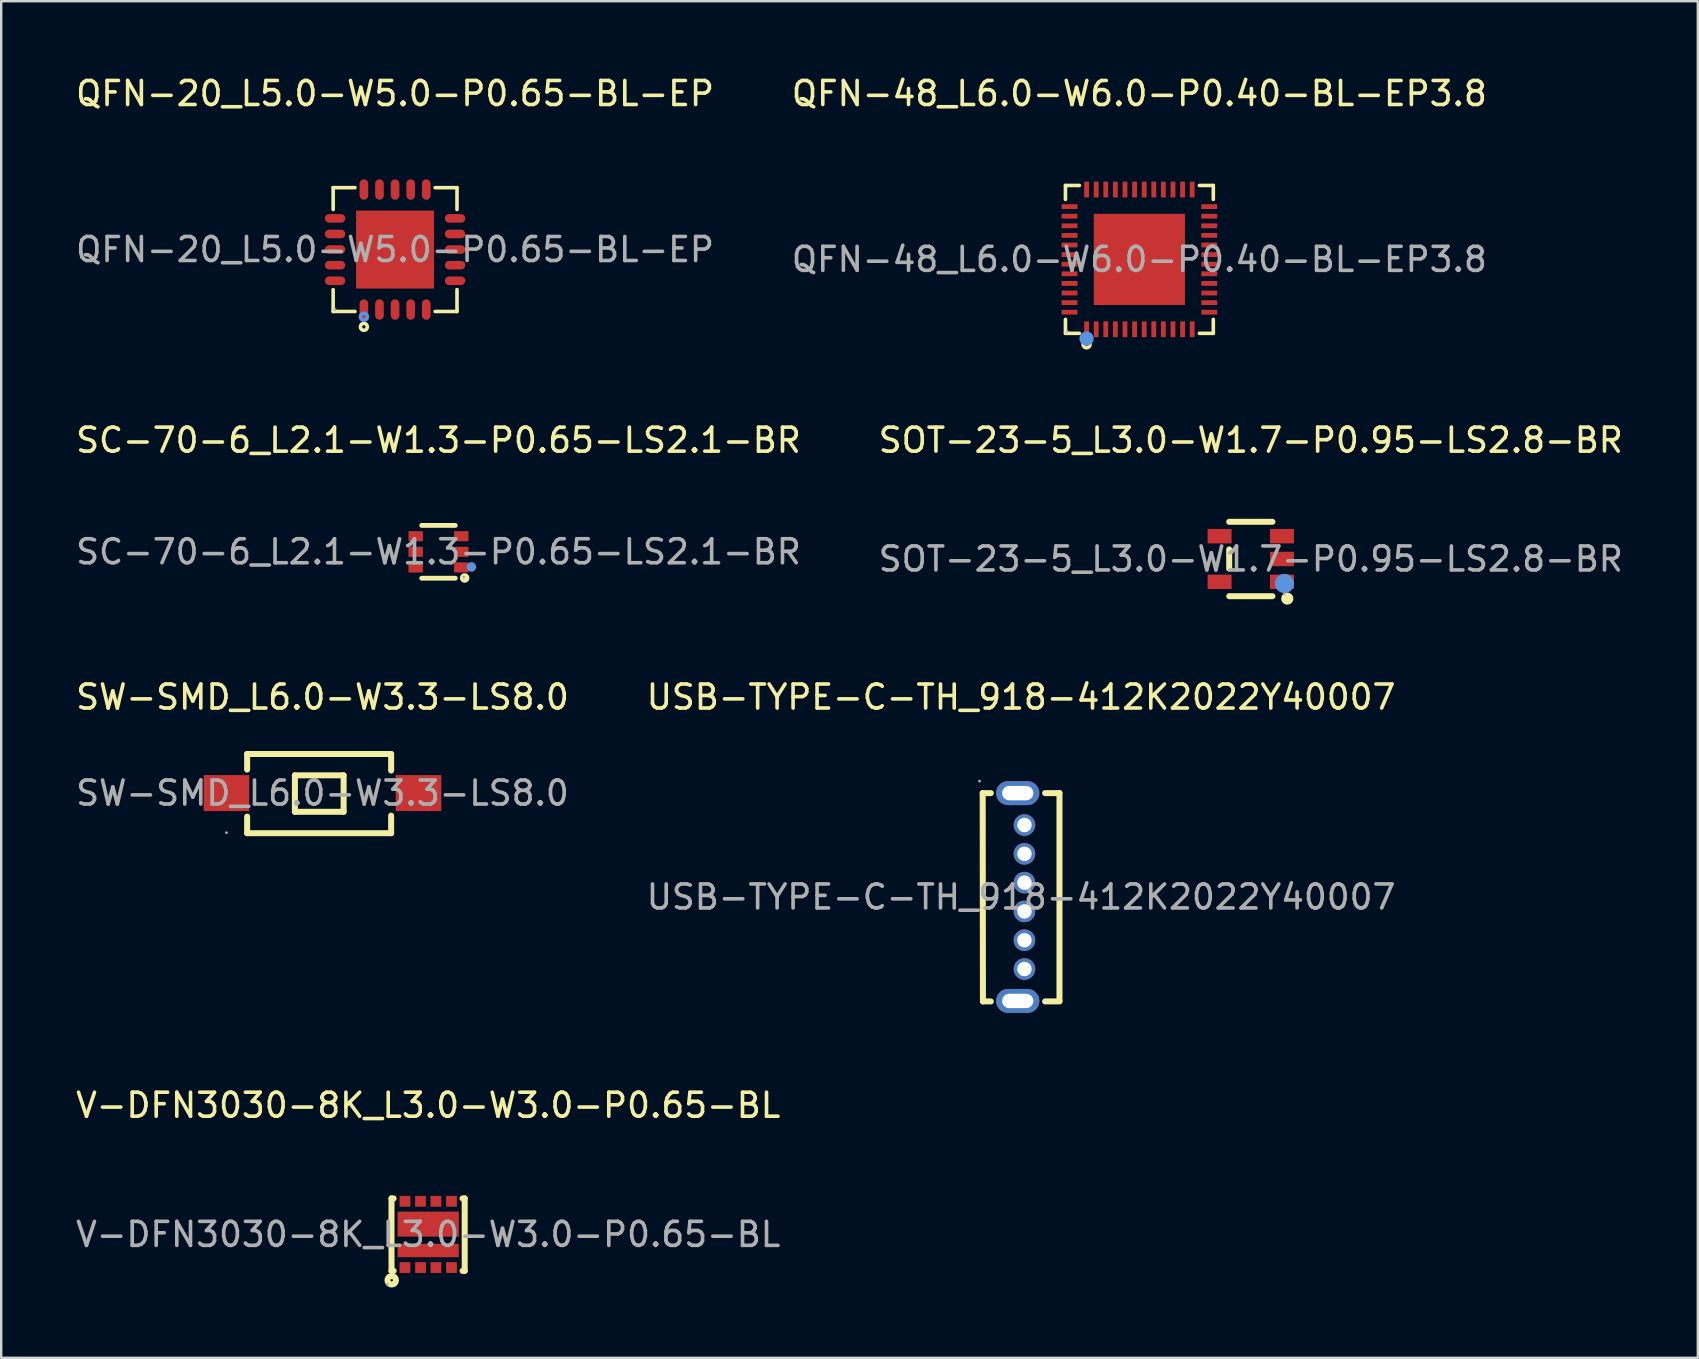
<source format=kicad_pcb>
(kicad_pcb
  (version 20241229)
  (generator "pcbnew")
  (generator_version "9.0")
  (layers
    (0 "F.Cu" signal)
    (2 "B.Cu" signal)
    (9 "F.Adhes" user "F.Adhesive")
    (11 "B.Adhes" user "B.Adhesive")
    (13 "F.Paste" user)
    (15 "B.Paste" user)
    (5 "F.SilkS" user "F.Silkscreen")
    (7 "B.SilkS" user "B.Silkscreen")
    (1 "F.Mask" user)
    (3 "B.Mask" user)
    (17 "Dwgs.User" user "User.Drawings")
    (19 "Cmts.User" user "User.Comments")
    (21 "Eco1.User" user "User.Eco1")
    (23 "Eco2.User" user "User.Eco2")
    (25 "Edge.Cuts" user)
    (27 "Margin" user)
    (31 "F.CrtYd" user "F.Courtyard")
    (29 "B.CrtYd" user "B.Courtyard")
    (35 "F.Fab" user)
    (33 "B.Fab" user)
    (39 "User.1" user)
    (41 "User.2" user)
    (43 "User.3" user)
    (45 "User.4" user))
  (footprint "V-DFN3030-8K_L3.0-W3.0-P0.65-BL"
    (layer "F.Cu")
    (at 14.792 48.383)
    (property "Reference" "V-DFN3030-8K_L3.0-W3.0-P0.65-BL" (at 0 -5.38 0) (layer "F.SilkS") (effects (font (size 1 1) (thickness 0.15))))
    (attr smd)
    (fp_line (start -1.53 -1.5) (end -1.53 1.52) (stroke (width 0.25) (type solid)) (layer "F.SilkS"))
    (fp_line (start -1.53 1.52) (end -1.44 1.52) (stroke (width 0.25) (type solid)) (layer "F.SilkS"))
    (fp_line (start -1.44 -1.5) (end -1.53 -1.5) (stroke (width 0.25) (type solid)) (layer "F.SilkS"))
    (fp_line (start 1.43 1.52) (end 1.52 1.52) (stroke (width 0.25) (type solid)) (layer "F.SilkS"))
    (fp_line (start 1.52 -1.5) (end 1.43 -1.5) (stroke (width 0.25) (type solid)) (layer "F.SilkS"))
    (fp_line (start 1.52 -1.5) (end 1.52 1.5) (stroke (width 0.15) (type solid)) (layer "F.SilkS"))
    (fp_line (start 1.52 1.52) (end 1.52 -1.5) (stroke (width 0.25) (type solid)) (layer "F.SilkS"))
    (fp_circle (center -1.52 1.91) (end -1.47 1.91) (stroke (width 0.25) (type solid)) (fill no) (layer "F.SilkS"))
    (fp_circle (center -1.7 2.08) (end -1.67 2.08) (stroke (width 0.06) (type solid)) (fill no) (layer "F.Fab"))
    (fp_text user "${REFERENCE}" (at 0 0 0) (layer "F.Fab") (effects (font (size 1 1) (thickness 0.15))))
    (pad "1" smd rect (at -0.97 1.38 90) (size 0.45 0.45) (layers "F.Cu" "F.Mask" "F.Paste"))
    (pad "2" smd rect (at -0.32 1.38 90) (size 0.45 0.45) (layers "F.Cu" "F.Mask" "F.Paste"))
    (pad "3" smd rect (at 0.32 1.38 90) (size 0.45 0.45) (layers "F.Cu" "F.Mask" "F.Paste"))
    (pad "4" smd rect (at 0.97 1.38 90) (size 0.45 0.45) (layers "F.Cu" "F.Mask" "F.Paste"))
    (pad "5" smd rect (at 0.97 -1.38 90) (size 0.45 0.45) (layers "F.Cu" "F.Mask" "F.Paste"))
    (pad "6" smd rect (at 0.32 -1.38 90) (size 0.45 0.45) (layers "F.Cu" "F.Mask" "F.Paste"))
    (pad "7" smd rect (at -0.32 -1.38 90) (size 0.45 0.45) (layers "F.Cu" "F.Mask" "F.Paste"))
    (pad "8" smd rect (at -0.97 -1.38 90) (size 0.45 0.45) (layers "F.Cu" "F.Mask" "F.Paste"))
    (pad "9" smd rect (at 0 -0.43 180) (size 2.55 1.04) (layers "F.Cu" "F.Mask" "F.Paste"))
    (pad "10" smd rect (at 0 0.67 180) (size 2.55 0.56) (layers "F.Cu" "F.Mask" "F.Paste")))
  (footprint "QFN-20_L5.0-W5.0-P0.65-BL-EP"
    (layer "F.Cu")
    (at 13.411 7.348)
    (property "Reference" "QFN-20_L5.0-W5.0-P0.65-BL-EP" (at 0 -6.5 0) (layer "F.SilkS") (effects (font (size 1 1) (thickness 0.15))))
    (attr smd)
    (fp_line (start -2.58 -2.58) (end -1.67 -2.58) (stroke (width 0.15) (type solid)) (layer "F.SilkS"))
    (fp_line (start -2.58 -1.67) (end -2.58 -2.58) (stroke (width 0.15) (type solid)) (layer "F.SilkS"))
    (fp_line (start -2.58 1.67) (end -2.58 2.58) (stroke (width 0.15) (type solid)) (layer "F.SilkS"))
    (fp_line (start -2.58 2.58) (end -1.67 2.58) (stroke (width 0.15) (type solid)) (layer "F.SilkS"))
    (fp_line (start 2.58 -2.58) (end 1.67 -2.58) (stroke (width 0.15) (type solid)) (layer "F.SilkS"))
    (fp_line (start 2.58 -1.67) (end 2.58 -2.58) (stroke (width 0.15) (type solid)) (layer "F.SilkS"))
    (fp_line (start 2.58 1.67) (end 2.58 2.58) (stroke (width 0.15) (type solid)) (layer "F.SilkS"))
    (fp_line (start 2.58 2.58) (end 1.67 2.58) (stroke (width 0.15) (type solid)) (layer "F.SilkS"))
    (fp_circle (center -1.3 3.22) (end -1.23 3.22) (stroke (width 0.15) (type solid)) (fill no) (layer "F.SilkS"))
    (fp_circle (center -1.3 2.8) (end -1.23 2.8) (stroke (width 0.15) (type solid)) (fill no) (layer "Cmts.User"))
    (fp_circle (center -2.5 2.5) (end -2.47 2.5) (stroke (width 0.06) (type solid)) (fill no) (layer "F.Fab"))
    (fp_text user "${REFERENCE}" (at 0 0 0) (layer "F.Fab") (effects (font (size 1 1) (thickness 0.15))))
    (pad "1" smd oval (at -1.3 2.5) (size 0.36 0.85) (layers "F.Cu" "F.Mask" "F.Paste"))
    (pad "2" smd oval (at -0.65 2.5) (size 0.36 0.85) (layers "F.Cu" "F.Mask" "F.Paste"))
    (pad "3" smd oval (at 0 2.5) (size 0.36 0.85) (layers "F.Cu" "F.Mask" "F.Paste"))
    (pad "4" smd oval (at 0.65 2.5) (size 0.36 0.85) (layers "F.Cu" "F.Mask" "F.Paste"))
    (pad "5" smd oval (at 1.3 2.5) (size 0.36 0.85) (layers "F.Cu" "F.Mask" "F.Paste"))
    (pad "6" smd oval (at 2.5 1.3) (size 0.85 0.36) (layers "F.Cu" "F.Mask" "F.Paste"))
    (pad "7" smd oval (at 2.5 0.65) (size 0.85 0.36) (layers "F.Cu" "F.Mask" "F.Paste"))
    (pad "8" smd oval (at 2.5 0) (size 0.85 0.36) (layers "F.Cu" "F.Mask" "F.Paste"))
    (pad "9" smd oval (at 2.5 -0.65) (size 0.85 0.36) (layers "F.Cu" "F.Mask" "F.Paste"))
    (pad "10" smd oval (at 2.5 -1.3) (size 0.85 0.36) (layers "F.Cu" "F.Mask" "F.Paste"))
    (pad "11" smd oval (at 1.3 -2.5) (size 0.36 0.85) (layers "F.Cu" "F.Mask" "F.Paste"))
    (pad "12" smd oval (at 0.65 -2.5) (size 0.36 0.85) (layers "F.Cu" "F.Mask" "F.Paste"))
    (pad "13" smd oval (at 0 -2.5) (size 0.36 0.85) (layers "F.Cu" "F.Mask" "F.Paste"))
    (pad "14" smd oval (at -0.65 -2.5) (size 0.36 0.85) (layers "F.Cu" "F.Mask" "F.Paste"))
    (pad "15" smd oval (at -1.3 -2.5) (size 0.36 0.85) (layers "F.Cu" "F.Mask" "F.Paste"))
    (pad "16" smd oval (at -2.5 -1.3) (size 0.85 0.36) (layers "F.Cu" "F.Mask" "F.Paste"))
    (pad "17" smd oval (at -2.5 -0.65) (size 0.85 0.36) (layers "F.Cu" "F.Mask" "F.Paste"))
    (pad "18" smd oval (at -2.5 0) (size 0.85 0.36) (layers "F.Cu" "F.Mask" "F.Paste"))
    (pad "19" smd oval (at -2.5 0.65) (size 0.85 0.36) (layers "F.Cu" "F.Mask" "F.Paste"))
    (pad "20" smd oval (at -2.5 1.3) (size 0.85 0.36) (layers "F.Cu" "F.Mask" "F.Paste"))
    (pad "21" smd rect (at 0 0) (size 3.25 3.25) (layers "F.Cu" "F.Mask" "F.Paste")))
  (footprint "SOT-23-5_L3.0-W1.7-P0.95-LS2.8-BR"
    (layer "F.Cu")
    (at 49.065 20.241)
    (property "Reference" "SOT-23-5_L3.0-W1.7-P0.95-LS2.8-BR" (at 0 -4.95 0) (layer "F.SilkS") (effects (font (size 1 1) (thickness 0.15))))
    (attr smd)
    (fp_line (start -0.9 -1.55) (end 0.9 -1.55) (stroke (width 0.25) (type solid)) (layer "F.SilkS"))
    (fp_line (start -0.9 0.4) (end -0.9 -0.4) (stroke (width 0.25) (type solid)) (layer "F.SilkS"))
    (fp_line (start -0.9 1.55) (end 0.9 1.55) (stroke (width 0.25) (type solid)) (layer "F.SilkS"))
    (fp_circle (center 1.52 1.65) (end 1.65 1.65) (stroke (width 0.25) (type solid)) (fill no) (layer "F.SilkS"))
    (fp_circle (center 1.4 1.02) (end 1.6 1.02) (stroke (width 0.4) (type solid)) (fill no) (layer "Cmts.User"))
    (fp_circle (center 1.4 1.45) (end 1.43 1.45) (stroke (width 0.06) (type solid)) (fill no) (layer "F.Fab"))
    (fp_text user "${REFERENCE}" (at 0 0 0) (layer "F.Fab") (effects (font (size 1 1) (thickness 0.15))))
    (pad "1" smd rect (at 1.3 0.95) (size 1 0.6) (layers "F.Cu" "F.Mask" "F.Paste"))
    (pad "2" smd rect (at 1.3 0) (size 1 0.6) (layers "F.Cu" "F.Mask" "F.Paste"))
    (pad "3" smd rect (at 1.3 -0.95) (size 1 0.6) (layers "F.Cu" "F.Mask" "F.Paste"))
    (pad "4" smd rect (at -1.3 -0.95) (size 1 0.6) (layers "F.Cu" "F.Mask" "F.Paste"))
    (pad "5" smd rect (at -1.3 0.95) (size 1 0.6) (layers "F.Cu" "F.Mask" "F.Paste")))
  (footprint "SC-70-6_L2.1-W1.3-P0.65-LS2.1-BR"
    (layer "F.Cu")
    (at 15.22 19.942)
    (property "Reference" "SC-70-6_L2.1-W1.3-P0.65-LS2.1-BR" (at 0 -4.65 0) (layer "F.SilkS") (effects (font (size 1 1) (thickness 0.15))))
    (attr smd)
    (fp_line (start -0.7 -1.1) (end 0.7 -1.1) (stroke (width 0.2) (type solid)) (layer "F.SilkS"))
    (fp_line (start -0.7 1.1) (end 0.7 1.1) (stroke (width 0.2) (type solid)) (layer "F.SilkS"))
    (fp_arc (start 1.09 1.09) (mid 1.09 1.09) (end 1.09 1.09) (stroke (width 0.2) (type solid)) (layer "F.SilkS"))
    (fp_circle (center 1.37 0.63) (end 1.47 0.63) (stroke (width 0.2) (type solid)) (fill no) (layer "Cmts.User"))
    (fp_circle (center 1.05 1.05) (end 1.08 1.05) (stroke (width 0.06) (type solid)) (fill no) (layer "F.Fab"))
    (fp_text user "${REFERENCE}" (at 0 0 0) (layer "F.Fab") (effects (font (size 1 1) (thickness 0.15))))
    (pad "1" smd rect (at 0.95 0.65 90) (size 0.42 0.6) (layers "F.Cu" "F.Mask" "F.Paste"))
    (pad "2" smd rect (at 0.95 0 90) (size 0.42 0.6) (layers "F.Cu" "F.Mask" "F.Paste"))
    (pad "3" smd rect (at 0.95 -0.65 90) (size 0.42 0.6) (layers "F.Cu" "F.Mask" "F.Paste"))
    (pad "4" smd rect (at -0.95 -0.65 270) (size 0.42 0.6) (layers "F.Cu" "F.Mask" "F.Paste"))
    (pad "5" smd rect (at -0.95 0 270) (size 0.42 0.6) (layers "F.Cu" "F.Mask" "F.Paste"))
    (pad "6" smd rect (at -0.95 0.65 270) (size 0.42 0.6) (layers "F.Cu" "F.Mask" "F.Paste")))
  (footprint "SW-SMD_L6.0-W3.3-LS8.0"
    (layer "F.Cu")
    (at 10.387 29.995)
    (property "Reference" "SW-SMD_L6.0-W3.3-LS8.0" (at 0 -4 0) (layer "F.SilkS") (effects (font (size 1 1) (thickness 0.15))))
    (attr smd)
    (fp_line (start -3.14 -1.63) (end -3.14 -0.98) (stroke (width 0.25) (type solid)) (layer "F.SilkS"))
    (fp_line (start -3.14 -1.63) (end 2.86 -1.63) (stroke (width 0.25) (type solid)) (layer "F.SilkS"))
    (fp_line (start -3.14 0.98) (end -3.14 1.67) (stroke (width 0.25) (type solid)) (layer "F.SilkS"))
    (fp_line (start -1.15 -0.74) (end 0.88 -0.74) (stroke (width 0.25) (type solid)) (layer "F.SilkS"))
    (fp_line (start -1.15 0.78) (end -1.15 -0.74) (stroke (width 0.25) (type solid)) (layer "F.SilkS"))
    (fp_line (start 0.88 -0.74) (end 0.88 0.78) (stroke (width 0.25) (type solid)) (layer "F.SilkS"))
    (fp_line (start 0.88 0.78) (end -1.15 0.78) (stroke (width 0.25) (type solid)) (layer "F.SilkS"))
    (fp_line (start 2.86 -0.94) (end 2.86 -1.63) (stroke (width 0.25) (type solid)) (layer "F.SilkS"))
    (fp_line (start 2.86 1.67) (end -3.14 1.67) (stroke (width 0.25) (type solid)) (layer "F.SilkS"))
    (fp_line (start 2.86 1.67) (end 2.86 0.94) (stroke (width 0.25) (type solid)) (layer "F.SilkS"))
    (fp_circle (center -4 1.65) (end -3.97 1.65) (stroke (width 0.06) (type solid)) (fill no) (layer "F.Fab"))
    (fp_text user "${REFERENCE}" (at 0 0 0) (layer "F.Fab") (effects (font (size 1 1) (thickness 0.15))))
    (pad "1" smd rect (at -4 0) (size 1.9 1.5) (layers "F.Cu" "F.Mask" "F.Paste"))
    (pad "2" smd rect (at 4 0) (size 1.9 1.5) (layers "F.Cu" "F.Mask" "F.Paste")))
  (footprint "USB-TYPE-C-TH_918-412K2022Y40007"
    (layer "F.Cu")
    (at 39.494 34.325)
    (property "Reference" "USB-TYPE-C-TH_918-412K2022Y40007" (at 0 -8.33 0) (layer "F.SilkS") (effects (font (size 1 1) (thickness 0.15))))
    (attr smd)
    (fp_line (start -1.6 -4.33) (end -1.59 4.35) (stroke (width 0.25) (type solid)) (layer "F.SilkS"))
    (fp_line (start -1.6 -4.33) (end -1.26 -4.33) (stroke (width 0.25) (type solid)) (layer "F.SilkS"))
    (fp_line (start -1.59 4.35) (end -1.26 4.35) (stroke (width 0.25) (type solid)) (layer "F.SilkS"))
    (fp_line (start 1 -4.33) (end 1.6 -4.33) (stroke (width 0.25) (type solid)) (layer "F.SilkS"))
    (fp_line (start 1 4.35) (end 1.6 4.35) (stroke (width 0.25) (type solid)) (layer "F.SilkS"))
    (fp_line (start 1.6 -4.33) (end 1.6 4.33) (stroke (width 0.25) (type solid)) (layer "F.SilkS"))
    (fp_circle (center -1.73 -4.83) (end -1.7 -4.83) (stroke (width 0.06) (type solid)) (fill no) (layer "F.Fab"))
    (fp_circle (center 0.14 -3) (end 0.24 -3) (stroke (width 0.2) (type solid)) (fill no) (layer "F.Fab"))
    (fp_circle (center 0.14 -1.8) (end 0.24 -1.8) (stroke (width 0.2) (type solid)) (fill no) (layer "F.Fab"))
    (fp_circle (center 0.14 -0.6) (end 0.24 -0.6) (stroke (width 0.2) (type solid)) (fill no) (layer "F.Fab"))
    (fp_circle (center 0.14 0.6) (end 0.24 0.6) (stroke (width 0.2) (type solid)) (fill no) (layer "F.Fab"))
    (fp_circle (center 0.14 1.8) (end 0.24 1.8) (stroke (width 0.2) (type solid)) (fill no) (layer "F.Fab"))
    (fp_circle (center 0.14 3) (end 0.24 3) (stroke (width 0.2) (type solid)) (fill no) (layer "F.Fab"))
    (fp_text user "${REFERENCE}" (at 0 0 0) (layer "F.Fab") (effects (font (size 1 1) (thickness 0.15))))
    (pad "7" thru_hole oval (at -0.14 -4.33 90) (size 1 1.8) (drill oval 0.6 1.3) (layers "*.Cu" "*.Paste" "*.Mask"))
    (pad "7" thru_hole oval (at -0.14 4.33 90) (size 1 1.8) (drill oval 0.6 1.3) (layers "*.Cu" "*.Paste" "*.Mask"))
    (pad "A5" thru_hole circle (at 0.14 -0.6) (size 0.9 0.9) (drill 0.6) (layers "*.Cu" "*.Paste" "*.Mask"))
    (pad "A9" thru_hole circle (at 0.14 1.8) (size 0.9 0.9) (drill 0.6) (layers "*.Cu" "*.Paste" "*.Mask"))
    (pad "A12" thru_hole circle (at 0.14 3) (size 0.9 0.9) (drill 0.6) (layers "*.Cu" "*.Paste" "*.Mask"))
    (pad "B5" thru_hole circle (at 0.14 0.6) (size 0.9 0.9) (drill 0.6) (layers "*.Cu" "*.Paste" "*.Mask"))
    (pad "B9" thru_hole circle (at 0.14 -1.8) (size 0.9 0.9) (drill 0.6) (layers "*.Cu" "*.Paste" "*.Mask"))
    (pad "B12" thru_hole circle (at 0.14 -3) (size 0.9 0.9) (drill 0.6) (layers "*.Cu" "*.Paste" "*.Mask")))
  (footprint "QFN-48_L6.0-W6.0-P0.40-BL-EP3.8"
    (layer "F.Cu")
    (at 44.423 7.758)
    (property "Reference" "QFN-48_L6.0-W6.0-P0.40-BL-EP3.8" (at 0 -6.91 0) (layer "F.SilkS") (effects (font (size 1 1) (thickness 0.15))))
    (attr smd)
    (fp_line (start -3.08 -3.08) (end -2.5 -3.08) (stroke (width 0.15) (type solid)) (layer "F.SilkS"))
    (fp_line (start -3.08 -2.5) (end -3.08 -3.08) (stroke (width 0.15) (type solid)) (layer "F.SilkS"))
    (fp_line (start -3.08 2.5) (end -3.08 3.08) (stroke (width 0.15) (type solid)) (layer "F.SilkS"))
    (fp_line (start -3.08 3.08) (end -2.5 3.08) (stroke (width 0.15) (type solid)) (layer "F.SilkS"))
    (fp_line (start 3.08 -3.08) (end 2.5 -3.08) (stroke (width 0.15) (type solid)) (layer "F.SilkS"))
    (fp_line (start 3.08 -2.5) (end 3.08 -3.08) (stroke (width 0.15) (type solid)) (layer "F.SilkS"))
    (fp_line (start 3.08 2.5) (end 3.08 3.08) (stroke (width 0.15) (type solid)) (layer "F.SilkS"))
    (fp_line (start 3.08 3.08) (end 2.5 3.08) (stroke (width 0.15) (type solid)) (layer "F.SilkS"))
    (fp_circle (center -2.2 3.54) (end -2.13 3.54) (stroke (width 0.15) (type solid)) (fill no) (layer "F.SilkS"))
    (fp_circle (center -2.2 3.3) (end -2.05 3.3) (stroke (width 0.3) (type solid)) (fill no) (layer "Cmts.User"))
    (fp_circle (center -3 3) (end -2.97 3) (stroke (width 0.06) (type solid)) (fill no) (layer "F.Fab"))
    (fp_text user "${REFERENCE}" (at 0 0 0) (layer "F.Fab") (effects (font (size 1 1) (thickness 0.15))))
    (pad "1" smd rect (at -2.2 2.91) (size 0.2 0.66) (layers "F.Cu" "F.Mask" "F.Paste"))
    (pad "2" smd rect (at -1.8 2.91) (size 0.2 0.66) (layers "F.Cu" "F.Mask" "F.Paste"))
    (pad "3" smd rect (at -1.4 2.91) (size 0.2 0.66) (layers "F.Cu" "F.Mask" "F.Paste"))
    (pad "4" smd rect (at -1 2.91) (size 0.2 0.66) (layers "F.Cu" "F.Mask" "F.Paste"))
    (pad "5" smd rect (at -0.6 2.91) (size 0.2 0.66) (layers "F.Cu" "F.Mask" "F.Paste"))
    (pad "6" smd rect (at -0.2 2.91) (size 0.2 0.66) (layers "F.Cu" "F.Mask" "F.Paste"))
    (pad "7" smd rect (at 0.2 2.91) (size 0.2 0.66) (layers "F.Cu" "F.Mask" "F.Paste"))
    (pad "8" smd rect (at 0.6 2.91) (size 0.2 0.66) (layers "F.Cu" "F.Mask" "F.Paste"))
    (pad "9" smd rect (at 1 2.91) (size 0.2 0.66) (layers "F.Cu" "F.Mask" "F.Paste"))
    (pad "10" smd rect (at 1.4 2.91) (size 0.2 0.66) (layers "F.Cu" "F.Mask" "F.Paste"))
    (pad "11" smd rect (at 1.8 2.91) (size 0.2 0.66) (layers "F.Cu" "F.Mask" "F.Paste"))
    (pad "12" smd rect (at 2.2 2.91) (size 0.2 0.66) (layers "F.Cu" "F.Mask" "F.Paste"))
    (pad "13" smd rect (at 2.91 2.2) (size 0.66 0.2) (layers "F.Cu" "F.Mask" "F.Paste"))
    (pad "14" smd rect (at 2.91 1.8) (size 0.66 0.2) (layers "F.Cu" "F.Mask" "F.Paste"))
    (pad "15" smd rect (at 2.91 1.4) (size 0.66 0.2) (layers "F.Cu" "F.Mask" "F.Paste"))
    (pad "16" smd rect (at 2.91 1) (size 0.66 0.2) (layers "F.Cu" "F.Mask" "F.Paste"))
    (pad "17" smd rect (at 2.91 0.6) (size 0.66 0.2) (layers "F.Cu" "F.Mask" "F.Paste"))
    (pad "18" smd rect (at 2.91 0.2) (size 0.66 0.2) (layers "F.Cu" "F.Mask" "F.Paste"))
    (pad "19" smd rect (at 2.91 -0.2) (size 0.66 0.2) (layers "F.Cu" "F.Mask" "F.Paste"))
    (pad "20" smd rect (at 2.91 -0.6) (size 0.66 0.2) (layers "F.Cu" "F.Mask" "F.Paste"))
    (pad "21" smd rect (at 2.91 -1) (size 0.66 0.2) (layers "F.Cu" "F.Mask" "F.Paste"))
    (pad "22" smd rect (at 2.91 -1.4) (size 0.66 0.2) (layers "F.Cu" "F.Mask" "F.Paste"))
    (pad "23" smd rect (at 2.91 -1.8) (size 0.66 0.2) (layers "F.Cu" "F.Mask" "F.Paste"))
    (pad "24" smd rect (at 2.91 -2.2) (size 0.66 0.2) (layers "F.Cu" "F.Mask" "F.Paste"))
    (pad "25" smd rect (at 2.2 -2.91) (size 0.2 0.66) (layers "F.Cu" "F.Mask" "F.Paste"))
    (pad "26" smd rect (at 1.8 -2.91) (size 0.2 0.66) (layers "F.Cu" "F.Mask" "F.Paste"))
    (pad "27" smd rect (at 1.4 -2.91) (size 0.2 0.66) (layers "F.Cu" "F.Mask" "F.Paste"))
    (pad "28" smd rect (at 1 -2.91) (size 0.2 0.66) (layers "F.Cu" "F.Mask" "F.Paste"))
    (pad "29" smd rect (at 0.6 -2.91) (size 0.2 0.66) (layers "F.Cu" "F.Mask" "F.Paste"))
    (pad "30" smd rect (at 0.2 -2.91) (size 0.2 0.66) (layers "F.Cu" "F.Mask" "F.Paste"))
    (pad "31" smd rect (at -0.2 -2.91) (size 0.2 0.66) (layers "F.Cu" "F.Mask" "F.Paste"))
    (pad "32" smd rect (at -0.6 -2.91) (size 0.2 0.66) (layers "F.Cu" "F.Mask" "F.Paste"))
    (pad "33" smd rect (at -1 -2.91) (size 0.2 0.66) (layers "F.Cu" "F.Mask" "F.Paste"))
    (pad "34" smd rect (at -1.4 -2.91) (size 0.2 0.66) (layers "F.Cu" "F.Mask" "F.Paste"))
    (pad "35" smd rect (at -1.8 -2.91) (size 0.2 0.66) (layers "F.Cu" "F.Mask" "F.Paste"))
    (pad "36" smd rect (at -2.2 -2.91) (size 0.2 0.66) (layers "F.Cu" "F.Mask" "F.Paste"))
    (pad "37" smd rect (at -2.91 -2.2) (size 0.66 0.2) (layers "F.Cu" "F.Mask" "F.Paste"))
    (pad "38" smd rect (at -2.91 -1.8) (size 0.66 0.2) (layers "F.Cu" "F.Mask" "F.Paste"))
    (pad "39" smd rect (at -2.91 -1.4) (size 0.66 0.2) (layers "F.Cu" "F.Mask" "F.Paste"))
    (pad "40" smd rect (at -2.91 -1) (size 0.66 0.2) (layers "F.Cu" "F.Mask" "F.Paste"))
    (pad "41" smd rect (at -2.91 -0.6) (size 0.66 0.2) (layers "F.Cu" "F.Mask" "F.Paste"))
    (pad "42" smd rect (at -2.91 -0.2) (size 0.66 0.2) (layers "F.Cu" "F.Mask" "F.Paste"))
    (pad "43" smd rect (at -2.91 0.2) (size 0.66 0.2) (layers "F.Cu" "F.Mask" "F.Paste"))
    (pad "44" smd rect (at -2.91 0.6) (size 0.66 0.2) (layers "F.Cu" "F.Mask" "F.Paste"))
    (pad "45" smd rect (at -2.91 1) (size 0.66 0.2) (layers "F.Cu" "F.Mask" "F.Paste"))
    (pad "46" smd rect (at -2.91 1.4) (size 0.66 0.2) (layers "F.Cu" "F.Mask" "F.Paste"))
    (pad "47" smd rect (at -2.91 1.8) (size 0.66 0.2) (layers "F.Cu" "F.Mask" "F.Paste"))
    (pad "48" smd rect (at -2.91 2.2) (size 0.66 0.2) (layers "F.Cu" "F.Mask" "F.Paste"))
    (pad "49" smd rect (at 0 0) (size 3.8 3.8) (layers "F.Cu" "F.Mask" "F.Paste")))
  (gr_rect
    (start -3 -3)
    (end 67.69 53.523)
    (stroke (width 0.1) (type default))
    (fill no)
    (layer "Edge.Cuts")))
</source>
